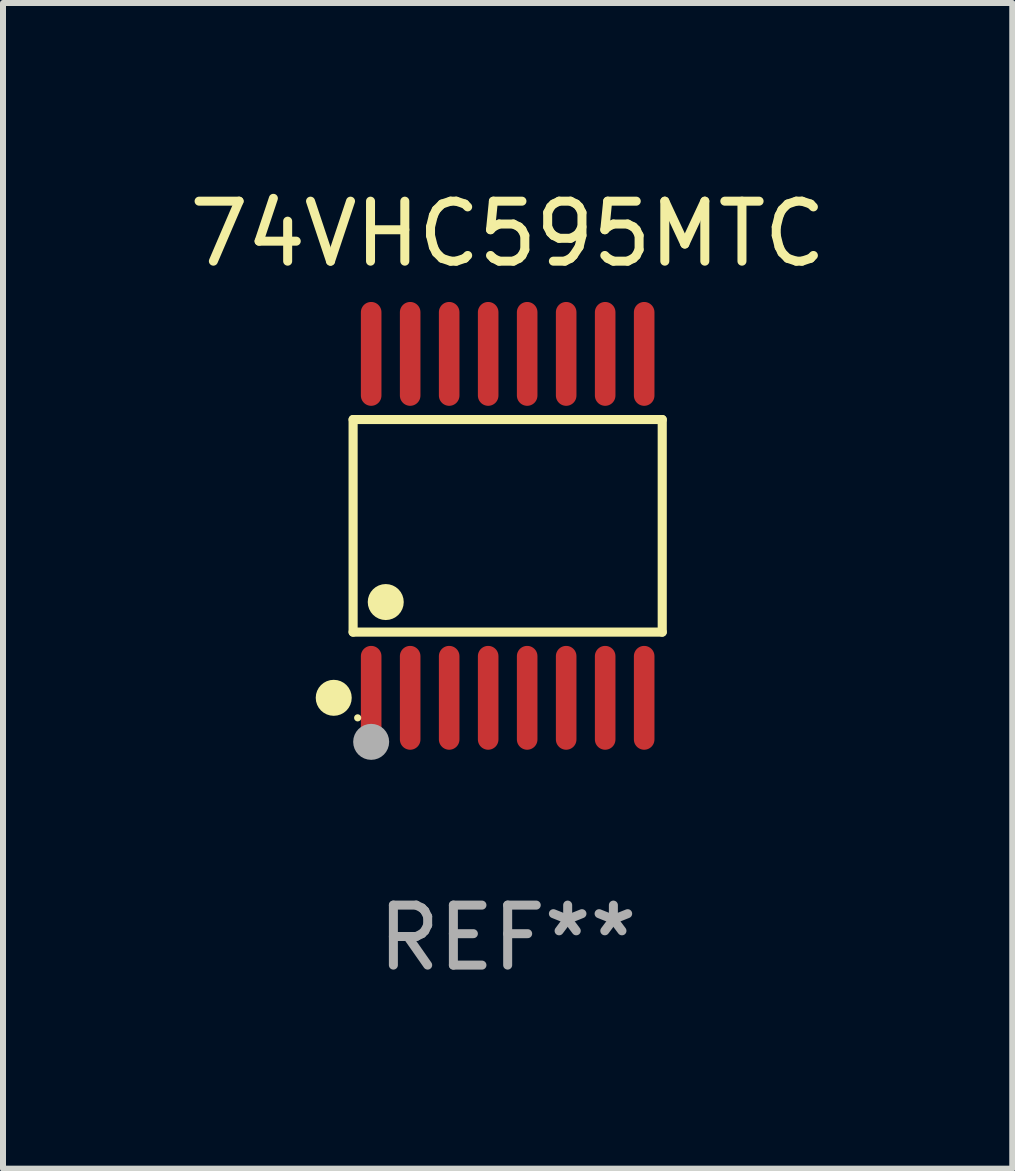
<source format=kicad_pcb>
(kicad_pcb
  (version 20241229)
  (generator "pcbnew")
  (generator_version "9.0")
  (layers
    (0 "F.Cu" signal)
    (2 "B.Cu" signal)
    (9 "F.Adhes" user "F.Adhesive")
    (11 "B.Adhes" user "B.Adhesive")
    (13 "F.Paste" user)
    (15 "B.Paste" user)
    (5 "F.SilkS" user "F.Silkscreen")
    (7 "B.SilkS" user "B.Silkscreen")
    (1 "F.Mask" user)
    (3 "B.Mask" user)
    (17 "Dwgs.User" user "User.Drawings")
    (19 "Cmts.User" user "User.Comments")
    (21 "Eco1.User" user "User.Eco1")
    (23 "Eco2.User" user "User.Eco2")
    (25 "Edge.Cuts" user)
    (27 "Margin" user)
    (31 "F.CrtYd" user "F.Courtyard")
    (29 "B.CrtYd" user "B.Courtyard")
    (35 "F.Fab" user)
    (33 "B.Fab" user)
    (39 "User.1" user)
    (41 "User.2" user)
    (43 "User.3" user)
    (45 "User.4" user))
  (footprint "74VHC595MTC"
    (layer "F.Cu")
    (at 5.411 5.714)
    (property "Reference" "74VHC595MTC" (at 0 -4.866 0) (layer "F.SilkS") (effects (font (size 1 1) (thickness 0.15))))
    (attr through_hole)
    (fp_line (start -2.576 -1.772) (end 2.576 -1.772) (stroke (width 0.152) (type solid)) (layer "F.SilkS"))
    (fp_line (start -2.576 1.771) (end -2.576 -1.772) (stroke (width 0.152) (type solid)) (layer "F.SilkS"))
    (fp_line (start 2.576 -1.772) (end 2.576 1.771) (stroke (width 0.152) (type solid)) (layer "F.SilkS"))
    (fp_line (start 2.576 1.771) (end -2.576 1.771) (stroke (width 0.152) (type solid)) (layer "F.SilkS"))
    (fp_circle (center -2.899 2.866) (end -2.749 2.866) (stroke (width 0.3) (type solid)) (fill no) (layer "F.SilkS"))
    (fp_circle (center -2.5 3.2) (end -2.47 3.2) (stroke (width 0.06) (type solid)) (fill no) (layer "F.SilkS"))
    (fp_circle (center -2.032 1.27) (end -1.882 1.27) (stroke (width 0.3) (type solid)) (fill no) (layer "F.SilkS"))
    (fp_circle (center -2.275 3.6) (end -2.125 3.6) (stroke (width 0.3) (type solid)) (fill no) (layer "F.Fab"))
    (fp_text user "REF**" (at 0 6.866 0) (layer "F.Fab") (effects (font (size 1 1) (thickness 0.15))))
    (pad "1" smd oval (at -2.275 2.866) (size 0.343 1.731) (layers "F.Cu" "F.Mask" "F.Paste"))
    (pad "2" smd oval (at -1.625 2.866) (size 0.343 1.731) (layers "F.Cu" "F.Mask" "F.Paste"))
    (pad "3" smd oval (at -0.975 2.866) (size 0.343 1.731) (layers "F.Cu" "F.Mask" "F.Paste"))
    (pad "4" smd oval (at -0.325 2.866) (size 0.343 1.731) (layers "F.Cu" "F.Mask" "F.Paste"))
    (pad "5" smd oval (at 0.325 2.866) (size 0.343 1.731) (layers "F.Cu" "F.Mask" "F.Paste"))
    (pad "6" smd oval (at 0.975 2.866) (size 0.343 1.731) (layers "F.Cu" "F.Mask" "F.Paste"))
    (pad "7" smd oval (at 1.625 2.866) (size 0.343 1.731) (layers "F.Cu" "F.Mask" "F.Paste"))
    (pad "8" smd oval (at 2.275 2.866) (size 0.343 1.731) (layers "F.Cu" "F.Mask" "F.Paste"))
    (pad "9" smd oval (at 2.275 -2.866) (size 0.343 1.731) (layers "F.Cu" "F.Mask" "F.Paste"))
    (pad "10" smd oval (at 1.625 -2.866) (size 0.343 1.731) (layers "F.Cu" "F.Mask" "F.Paste"))
    (pad "11" smd oval (at 0.975 -2.866) (size 0.343 1.731) (layers "F.Cu" "F.Mask" "F.Paste"))
    (pad "12" smd oval (at 0.325 -2.866) (size 0.343 1.731) (layers "F.Cu" "F.Mask" "F.Paste"))
    (pad "13" smd oval (at -0.325 -2.866) (size 0.343 1.731) (layers "F.Cu" "F.Mask" "F.Paste"))
    (pad "14" smd oval (at -0.975 -2.866) (size 0.343 1.731) (layers "F.Cu" "F.Mask" "F.Paste"))
    (pad "15" smd oval (at -1.625 -2.866) (size 0.343 1.731) (layers "F.Cu" "F.Mask" "F.Paste"))
    (pad "16" smd oval (at -2.275 -2.866) (size 0.343 1.731) (layers "F.Cu" "F.Mask" "F.Paste")))
  (gr_rect
    (start -3 -3)
    (end 13.821 16.428)
    (stroke (width 0.1) (type default))
    (fill no)
    (layer "Edge.Cuts")))
</source>
